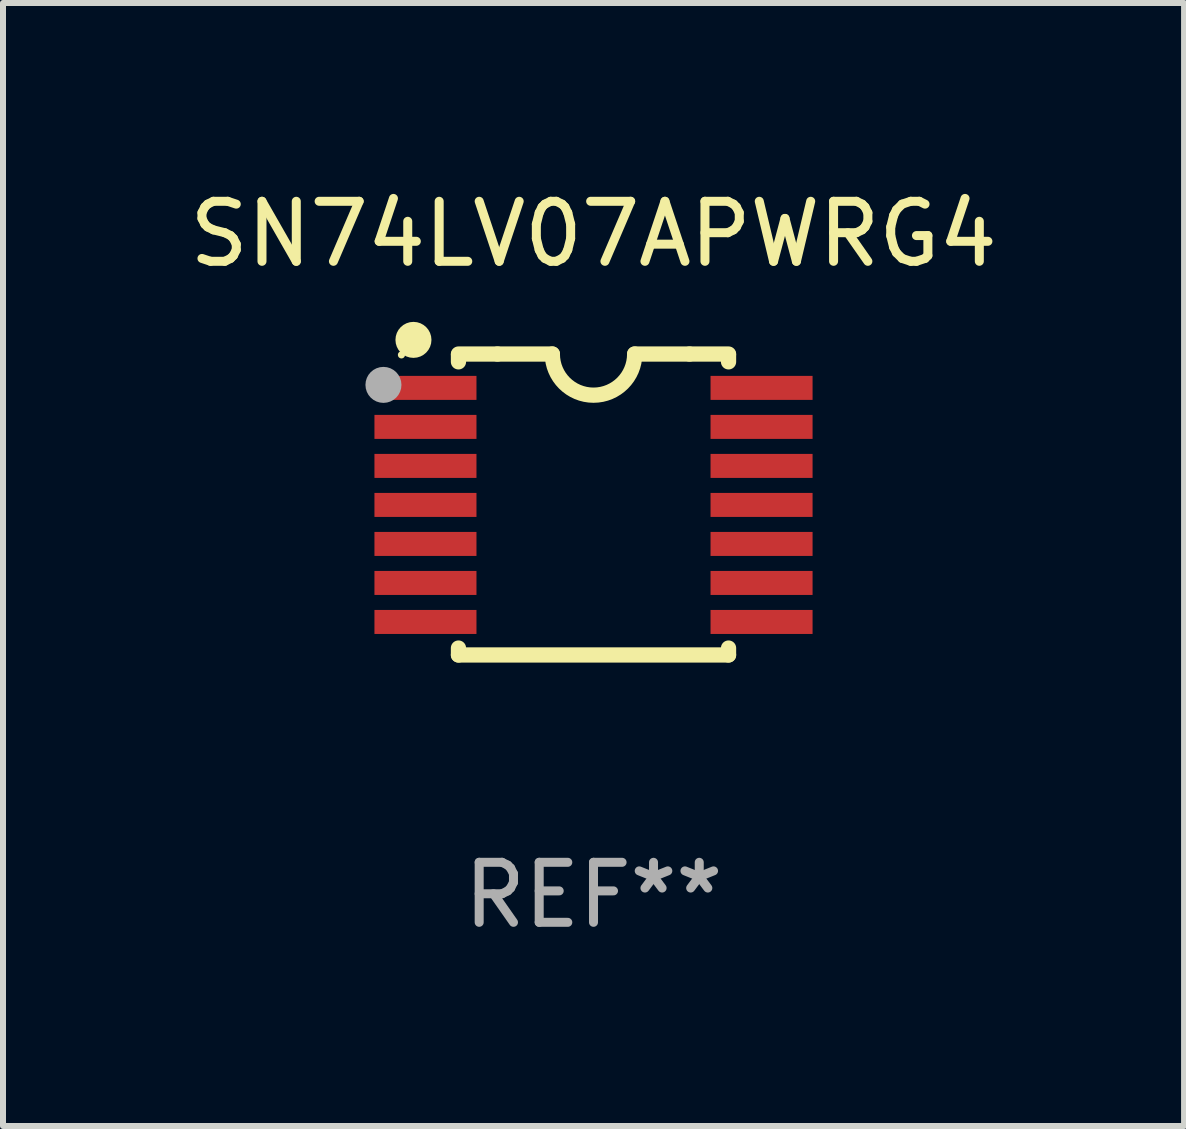
<source format=kicad_pcb>
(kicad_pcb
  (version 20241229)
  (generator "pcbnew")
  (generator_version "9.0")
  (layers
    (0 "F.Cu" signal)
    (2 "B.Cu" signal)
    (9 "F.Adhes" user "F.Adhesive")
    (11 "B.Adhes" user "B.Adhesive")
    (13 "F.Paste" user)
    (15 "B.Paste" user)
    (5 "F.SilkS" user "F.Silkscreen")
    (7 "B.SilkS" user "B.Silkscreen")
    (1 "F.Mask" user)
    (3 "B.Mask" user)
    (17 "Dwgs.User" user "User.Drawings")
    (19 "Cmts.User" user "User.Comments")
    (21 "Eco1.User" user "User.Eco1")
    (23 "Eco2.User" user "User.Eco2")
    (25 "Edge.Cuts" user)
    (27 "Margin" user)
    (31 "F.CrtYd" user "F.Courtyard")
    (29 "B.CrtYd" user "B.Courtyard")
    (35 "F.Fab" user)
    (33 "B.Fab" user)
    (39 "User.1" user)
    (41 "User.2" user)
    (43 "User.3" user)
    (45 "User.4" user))
  (footprint "SN74LV07APWRG4"
    (layer "F.Cu")
    (at 6.839 5.356)
    (property "Reference" "SN74LV07APWRG4" (at 0 -4.507 0) (layer "F.SilkS") (effects (font (size 1 1) (thickness 0.15))))
    (attr through_hole)
    (fp_line (start -2.25 -2.377) (end -2.25 -2.493) (stroke (width 0.254) (type solid)) (layer "F.SilkS"))
    (fp_line (start -2.25 2.507) (end -2.25 2.392) (stroke (width 0.254) (type solid)) (layer "F.SilkS"))
    (fp_line (start -1.6 -2.507) (end -2.25 -2.507) (stroke (width 0.254) (type solid)) (layer "F.SilkS"))
    (fp_line (start -1.6 -2.507) (end -0.686 -2.507) (stroke (width 0.254) (type solid)) (layer "F.SilkS"))
    (fp_line (start 0.686 -2.507) (end 1.6 -2.507) (stroke (width 0.254) (type solid)) (layer "F.SilkS"))
    (fp_line (start 1.6 -2.507) (end 2.25 -2.507) (stroke (width 0.254) (type solid)) (layer "F.SilkS"))
    (fp_line (start 2.25 -2.493) (end 2.25 -2.377) (stroke (width 0.254) (type solid)) (layer "F.SilkS"))
    (fp_line (start 2.25 2.392) (end 2.25 2.507) (stroke (width 0.254) (type solid)) (layer "F.SilkS"))
    (fp_line (start 2.25 2.507) (end -2.25 2.507) (stroke (width 0.254) (type solid)) (layer "F.SilkS"))
    (fp_arc (start 0.685852 -2.507303) (mid 0.000051 -1.821502) (end -0.68575 -2.507303) (stroke (width 0.254001) (type solid)) (layer "F.SilkS"))
    (fp_circle (center -3.2 -2.493) (end -3.17 -2.493) (stroke (width 0.06) (type solid)) (fill no) (layer "F.SilkS"))
    (fp_circle (center -3 -2.743) (end -2.85 -2.743) (stroke (width 0.3) (type solid)) (fill no) (layer "F.SilkS"))
    (fp_circle (center -3.5 -1.993) (end -3.35 -1.993) (stroke (width 0.3) (type solid)) (fill no) (layer "F.Fab"))
    (fp_text user "REF**" (at 0 6.507 0) (layer "F.Fab") (effects (font (size 1 1) (thickness 0.15))))
    (pad "1" smd rect (at -2.8 -1.943) (size 1.7 0.4) (layers "F.Cu" "F.Mask" "F.Paste"))
    (pad "2" smd rect (at -2.8 -1.293) (size 1.7 0.4) (layers "F.Cu" "F.Mask" "F.Paste"))
    (pad "3" smd rect (at -2.8 -0.643) (size 1.7 0.4) (layers "F.Cu" "F.Mask" "F.Paste"))
    (pad "4" smd rect (at -2.8 0.007) (size 1.7 0.4) (layers "F.Cu" "F.Mask" "F.Paste"))
    (pad "5" smd rect (at -2.8 0.657) (size 1.7 0.4) (layers "F.Cu" "F.Mask" "F.Paste"))
    (pad "6" smd rect (at -2.8 1.307) (size 1.7 0.4) (layers "F.Cu" "F.Mask" "F.Paste"))
    (pad "7" smd rect (at -2.8 1.957) (size 1.7 0.4) (layers "F.Cu" "F.Mask" "F.Paste"))
    (pad "8" smd rect (at 2.8 1.957) (size 1.7 0.4) (layers "F.Cu" "F.Mask" "F.Paste"))
    (pad "9" smd rect (at 2.8 1.307) (size 1.7 0.4) (layers "F.Cu" "F.Mask" "F.Paste"))
    (pad "10" smd rect (at 2.8 0.657) (size 1.7 0.4) (layers "F.Cu" "F.Mask" "F.Paste"))
    (pad "11" smd rect (at 2.8 0.007) (size 1.7 0.4) (layers "F.Cu" "F.Mask" "F.Paste"))
    (pad "12" smd rect (at 2.8 -0.643) (size 1.7 0.4) (layers "F.Cu" "F.Mask" "F.Paste"))
    (pad "13" smd rect (at 2.8 -1.293) (size 1.7 0.4) (layers "F.Cu" "F.Mask" "F.Paste"))
    (pad "14" smd rect (at 2.8 -1.943) (size 1.7 0.4) (layers "F.Cu" "F.Mask" "F.Paste")))
  (gr_rect
    (start -3 -3)
    (end 16.679 15.711)
    (stroke (width 0.1) (type default))
    (fill no)
    (layer "Edge.Cuts")))
</source>
